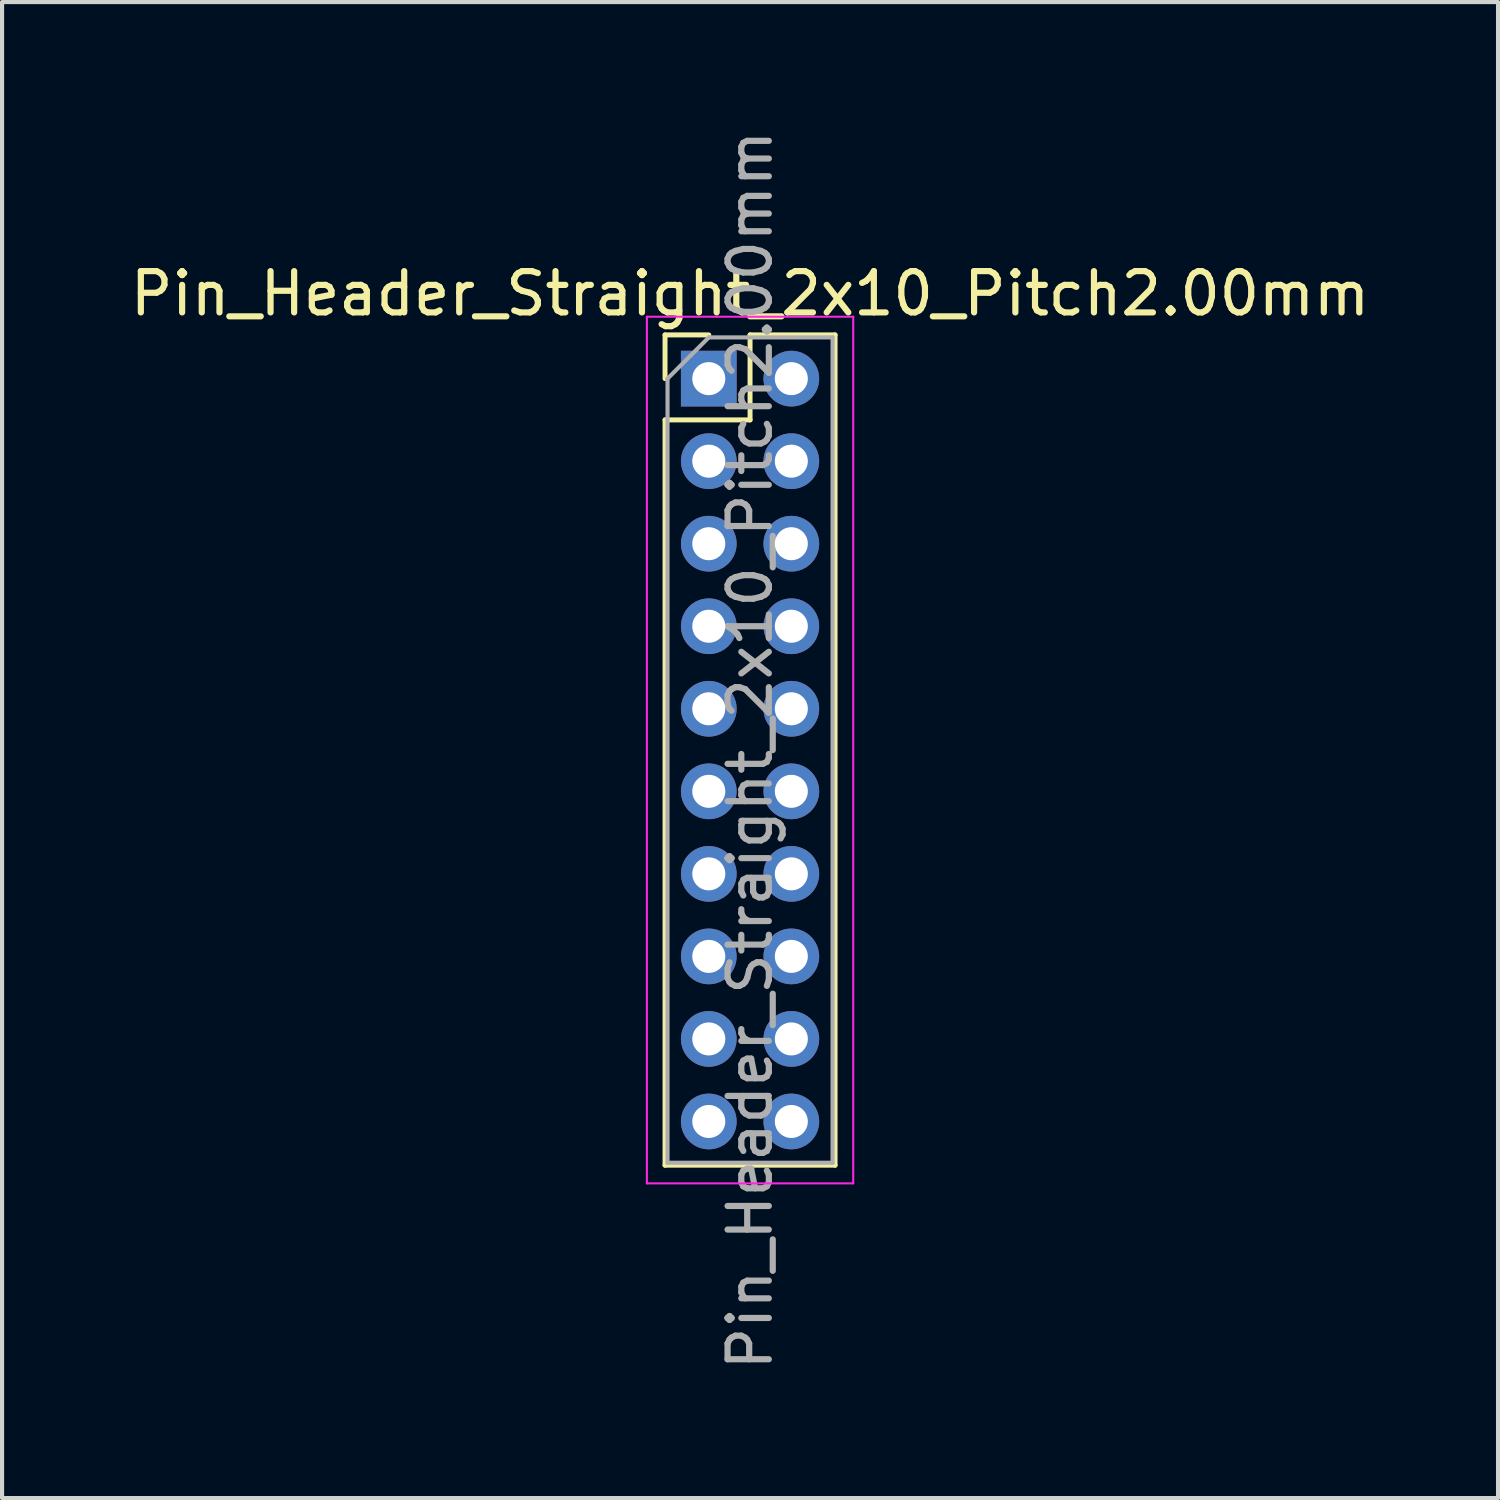
<source format=kicad_pcb>
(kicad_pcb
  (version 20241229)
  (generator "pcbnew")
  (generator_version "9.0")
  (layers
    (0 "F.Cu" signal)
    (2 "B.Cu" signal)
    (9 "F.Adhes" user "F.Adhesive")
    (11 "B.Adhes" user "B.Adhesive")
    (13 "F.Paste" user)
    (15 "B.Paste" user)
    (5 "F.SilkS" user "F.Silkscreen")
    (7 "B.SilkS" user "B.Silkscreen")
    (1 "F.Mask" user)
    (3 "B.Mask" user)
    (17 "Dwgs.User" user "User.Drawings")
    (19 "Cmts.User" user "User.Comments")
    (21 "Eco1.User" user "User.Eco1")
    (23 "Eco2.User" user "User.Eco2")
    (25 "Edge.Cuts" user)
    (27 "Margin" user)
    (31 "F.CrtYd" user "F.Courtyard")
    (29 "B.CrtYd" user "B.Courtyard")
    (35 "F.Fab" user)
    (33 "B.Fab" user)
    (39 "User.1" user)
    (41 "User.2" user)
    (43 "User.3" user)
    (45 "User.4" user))
  (footprint "Pin_Header_Straight_2x10_Pitch2.00mm"
    (layer "F.Cu")
    (at 14.125 6.125)
    (property "Reference" "Pin_Header_Straight_2x10_Pitch2.00mm" (at 1 -2.06 0) (layer "F.SilkS") (effects (font (size 1 1) (thickness 0.15))))
    (attr through_hole)
    (fp_line (start -1.06 -1.06) (end 0 -1.06) (stroke (width 0.12) (type solid)) (layer "F.SilkS"))
    (fp_line (start -1.06 0) (end -1.06 -1.06) (stroke (width 0.12) (type solid)) (layer "F.SilkS"))
    (fp_line (start -1.06 1) (end -1.06 19.06) (stroke (width 0.12) (type solid)) (layer "F.SilkS"))
    (fp_line (start -1.06 19.06) (end 3.06 19.06) (stroke (width 0.12) (type solid)) (layer "F.SilkS"))
    (fp_line (start 1 -1.06) (end 1 1) (stroke (width 0.12) (type solid)) (layer "F.SilkS"))
    (fp_line (start 1 1) (end -1.06 1) (stroke (width 0.12) (type solid)) (layer "F.SilkS"))
    (fp_line (start 3.06 -1.06) (end 1 -1.06) (stroke (width 0.12) (type solid)) (layer "F.SilkS"))
    (fp_line (start 3.06 19.06) (end 3.06 -1.06) (stroke (width 0.12) (type solid)) (layer "F.SilkS"))
    (fp_line (start -1.5 -1.5) (end -1.5 19.5) (stroke (width 0.05) (type solid)) (layer "F.CrtYd"))
    (fp_line (start -1.5 19.5) (end 3.5 19.5) (stroke (width 0.05) (type solid)) (layer "F.CrtYd"))
    (fp_line (start 3.5 -1.5) (end -1.5 -1.5) (stroke (width 0.05) (type solid)) (layer "F.CrtYd"))
    (fp_line (start 3.5 19.5) (end 3.5 -1.5) (stroke (width 0.05) (type solid)) (layer "F.CrtYd"))
    (fp_line (start -1 0) (end 0 -1) (stroke (width 0.1) (type solid)) (layer "F.Fab"))
    (fp_line (start -1 19) (end -1 0) (stroke (width 0.1) (type solid)) (layer "F.Fab"))
    (fp_line (start 0 -1) (end 3 -1) (stroke (width 0.1) (type solid)) (layer "F.Fab"))
    (fp_line (start 3 -1) (end 3 19) (stroke (width 0.1) (type solid)) (layer "F.Fab"))
    (fp_line (start 3 19) (end -1 19) (stroke (width 0.1) (type solid)) (layer "F.Fab"))
    (fp_text user "${REFERENCE}" (at 1 9 90) (layer "F.Fab") (effects (font (size 1 1) (thickness 0.15))))
    (pad "1" thru_hole rect (at 0 0) (size 1.35 1.35) (drill 0.8) (layers "*.Cu" "*.Mask"))
    (pad "2" thru_hole oval (at 2 0) (size 1.35 1.35) (drill 0.8) (layers "*.Cu" "*.Mask"))
    (pad "3" thru_hole oval (at 0 2) (size 1.35 1.35) (drill 0.8) (layers "*.Cu" "*.Mask"))
    (pad "4" thru_hole oval (at 2 2) (size 1.35 1.35) (drill 0.8) (layers "*.Cu" "*.Mask"))
    (pad "5" thru_hole oval (at 0 4) (size 1.35 1.35) (drill 0.8) (layers "*.Cu" "*.Mask"))
    (pad "6" thru_hole oval (at 2 4) (size 1.35 1.35) (drill 0.8) (layers "*.Cu" "*.Mask"))
    (pad "7" thru_hole oval (at 0 6) (size 1.35 1.35) (drill 0.8) (layers "*.Cu" "*.Mask"))
    (pad "8" thru_hole oval (at 2 6) (size 1.35 1.35) (drill 0.8) (layers "*.Cu" "*.Mask"))
    (pad "9" thru_hole oval (at 0 8) (size 1.35 1.35) (drill 0.8) (layers "*.Cu" "*.Mask"))
    (pad "10" thru_hole oval (at 2 8) (size 1.35 1.35) (drill 0.8) (layers "*.Cu" "*.Mask"))
    (pad "11" thru_hole oval (at 0 10) (size 1.35 1.35) (drill 0.8) (layers "*.Cu" "*.Mask"))
    (pad "12" thru_hole oval (at 2 10) (size 1.35 1.35) (drill 0.8) (layers "*.Cu" "*.Mask"))
    (pad "13" thru_hole oval (at 0 12) (size 1.35 1.35) (drill 0.8) (layers "*.Cu" "*.Mask"))
    (pad "14" thru_hole oval (at 2 12) (size 1.35 1.35) (drill 0.8) (layers "*.Cu" "*.Mask"))
    (pad "15" thru_hole oval (at 0 14) (size 1.35 1.35) (drill 0.8) (layers "*.Cu" "*.Mask"))
    (pad "16" thru_hole oval (at 2 14) (size 1.35 1.35) (drill 0.8) (layers "*.Cu" "*.Mask"))
    (pad "17" thru_hole oval (at 0 16) (size 1.35 1.35) (drill 0.8) (layers "*.Cu" "*.Mask"))
    (pad "18" thru_hole oval (at 2 16) (size 1.35 1.35) (drill 0.8) (layers "*.Cu" "*.Mask"))
    (pad "19" thru_hole oval (at 0 18) (size 1.35 1.35) (drill 0.8) (layers "*.Cu" "*.Mask"))
    (pad "20" thru_hole oval (at 2 18) (size 1.35 1.35) (drill 0.8) (layers "*.Cu" "*.Mask")))
  (gr_rect
    (start -3 -3)
    (end 33.25 33.25)
    (stroke (width 0.1) (type default))
    (fill no)
    (layer "Edge.Cuts")))
</source>
